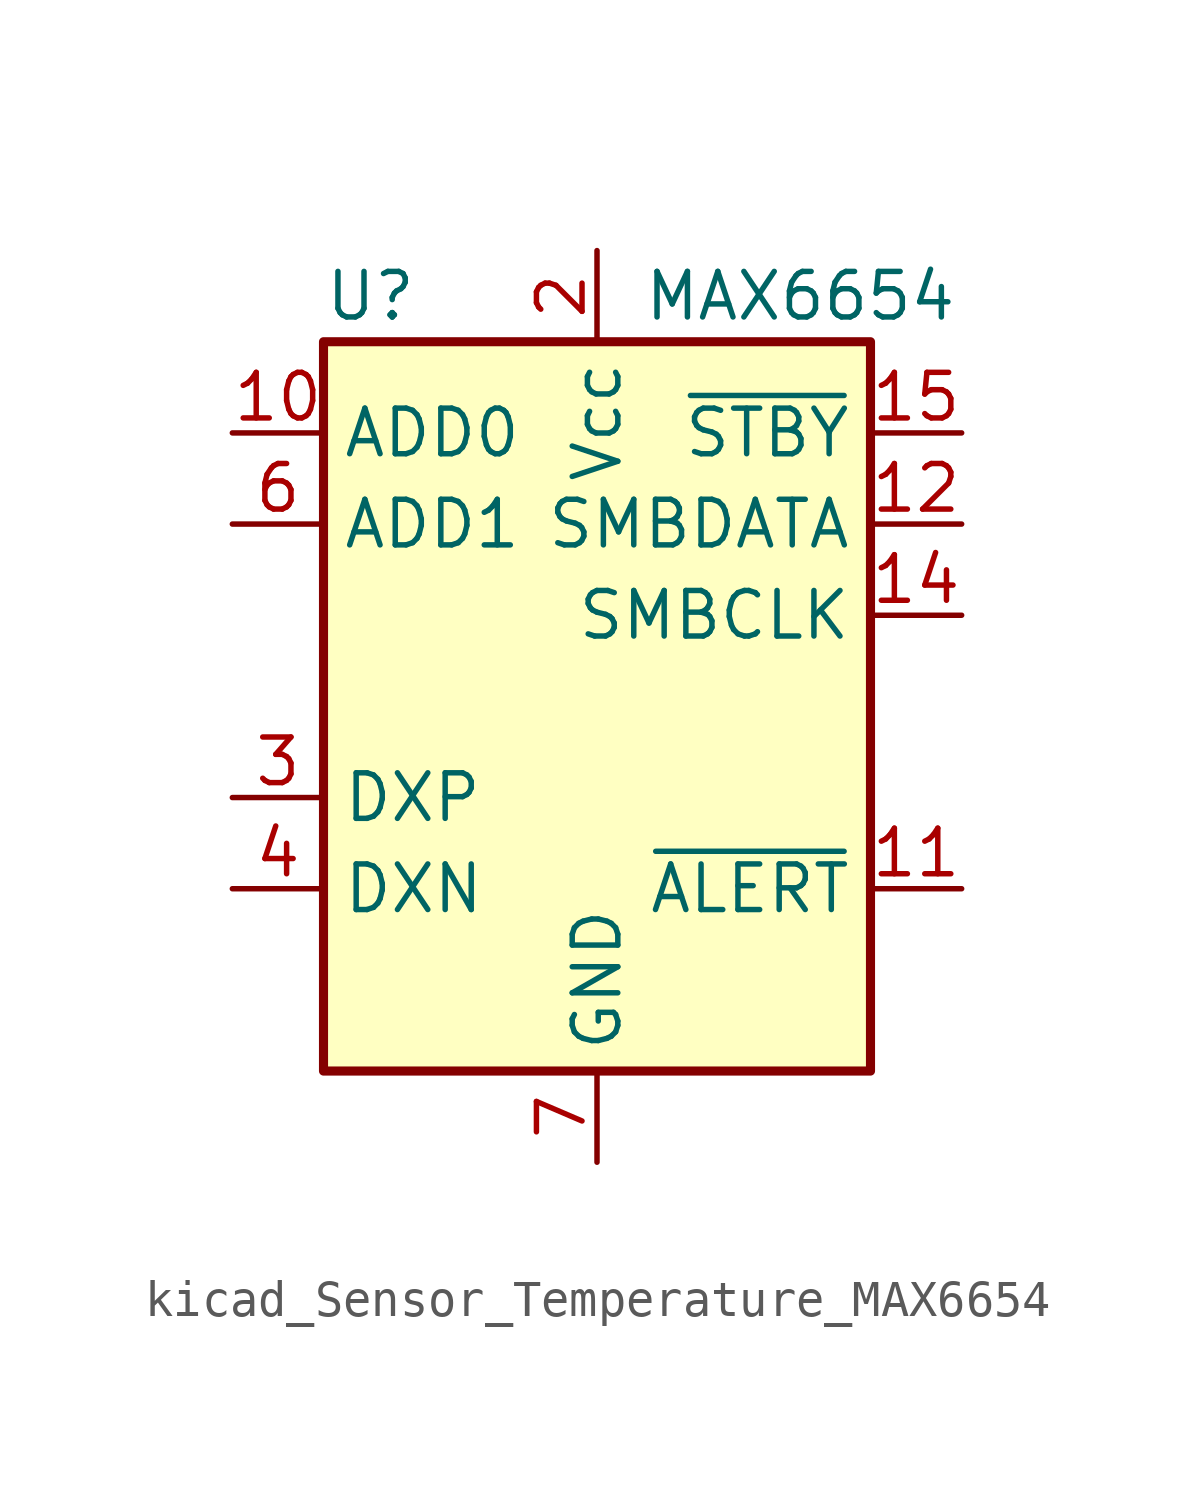
<source format=kicad_sym>
(kicad_symbol_lib
  (version 20220914)
  (generator kicad_symbol_editor)
  (symbol "kicad_Sensor_Temperature_MAX6654"
    (property "Reference" "U"
      (at -7.62 11.43 0)
      (effects (font (size 1.27 1.27)) (justify left)))
    (property "Value" "MAX6654"
      (at 1.27 11.43 0)
      (effects (font (size 1.27 1.27)) (justify left)))
    (symbol "kicad_Sensor_Temperature_MAX6654_0_1"
      (rectangle (start -7.62 10.16) (end 7.62 -10.16) (stroke (width 0.254) (type default)) (fill (type background))))
    (symbol "kicad_Sensor_Temperature_MAX6654_1_1"
      (pin no_connect line (at 7.62 0 180) (length 2.54) hide (name "NC" (effects (font (size 1.27 1.27)))) (number "1" (effects (font (size 1.27 1.27)))))
      (pin input line (at -10.16 7.62 0) (length 2.54) (name "ADD0" (effects (font (size 1.27 1.27)))) (number "10" (effects (font (size 1.27 1.27)))))
      (pin open_collector line (at 10.16 -5.08 180) (length 2.54) (name "~{ALERT}" (effects (font (size 1.27 1.27)))) (number "11" (effects (font (size 1.27 1.27)))))
      (pin bidirectional line (at 10.16 5.08 180) (length 2.54) (name "SMBDATA" (effects (font (size 1.27 1.27)))) (number "12" (effects (font (size 1.27 1.27)))))
      (pin no_connect line (at -7.62 2.54 0) (length 2.54) hide (name "NC" (effects (font (size 1.27 1.27)))) (number "13" (effects (font (size 1.27 1.27)))))
      (pin input line (at 10.16 2.54 180) (length 2.54) (name "SMBCLK" (effects (font (size 1.27 1.27)))) (number "14" (effects (font (size 1.27 1.27)))))
      (pin input line (at 10.16 7.62 180) (length 2.54) (name "~{STBY}" (effects (font (size 1.27 1.27)))) (number "15" (effects (font (size 1.27 1.27)))))
      (pin no_connect line (at -7.62 0 0) (length 2.54) hide (name "NC" (effects (font (size 1.27 1.27)))) (number "16" (effects (font (size 1.27 1.27)))))
      (pin power_in line (at 0 12.7 270) (length 2.54) (name "Vcc" (effects (font (size 1.27 1.27)))) (number "2" (effects (font (size 1.27 1.27)))))
      (pin input line (at -10.16 -2.54 0) (length 2.54) (name "DXP" (effects (font (size 1.27 1.27)))) (number "3" (effects (font (size 1.27 1.27)))))
      (pin input line (at -10.16 -5.08 0) (length 2.54) (name "DXN" (effects (font (size 1.27 1.27)))) (number "4" (effects (font (size 1.27 1.27)))))
      (pin no_connect line (at 7.62 -2.54 180) (length 2.54) hide (name "NC" (effects (font (size 1.27 1.27)))) (number "5" (effects (font (size 1.27 1.27)))))
      (pin input line (at -10.16 5.08 0) (length 2.54) (name "ADD1" (effects (font (size 1.27 1.27)))) (number "6" (effects (font (size 1.27 1.27)))))
      (pin power_in line (at 0 -12.7 90) (length 2.54) (name "GND" (effects (font (size 1.27 1.27)))) (number "7" (effects (font (size 1.27 1.27)))))
      (pin passive line (at 0 -12.7 90) (length 2.54) hide (name "GND" (effects (font (size 1.27 1.27)))) (number "8" (effects (font (size 1.27 1.27)))))
      (pin no_connect line (at 7.62 -7.62 180) (length 2.54) hide (name "NC" (effects (font (size 1.27 1.27)))) (number "9" (effects (font (size 1.27 1.27))))))))
</source>
